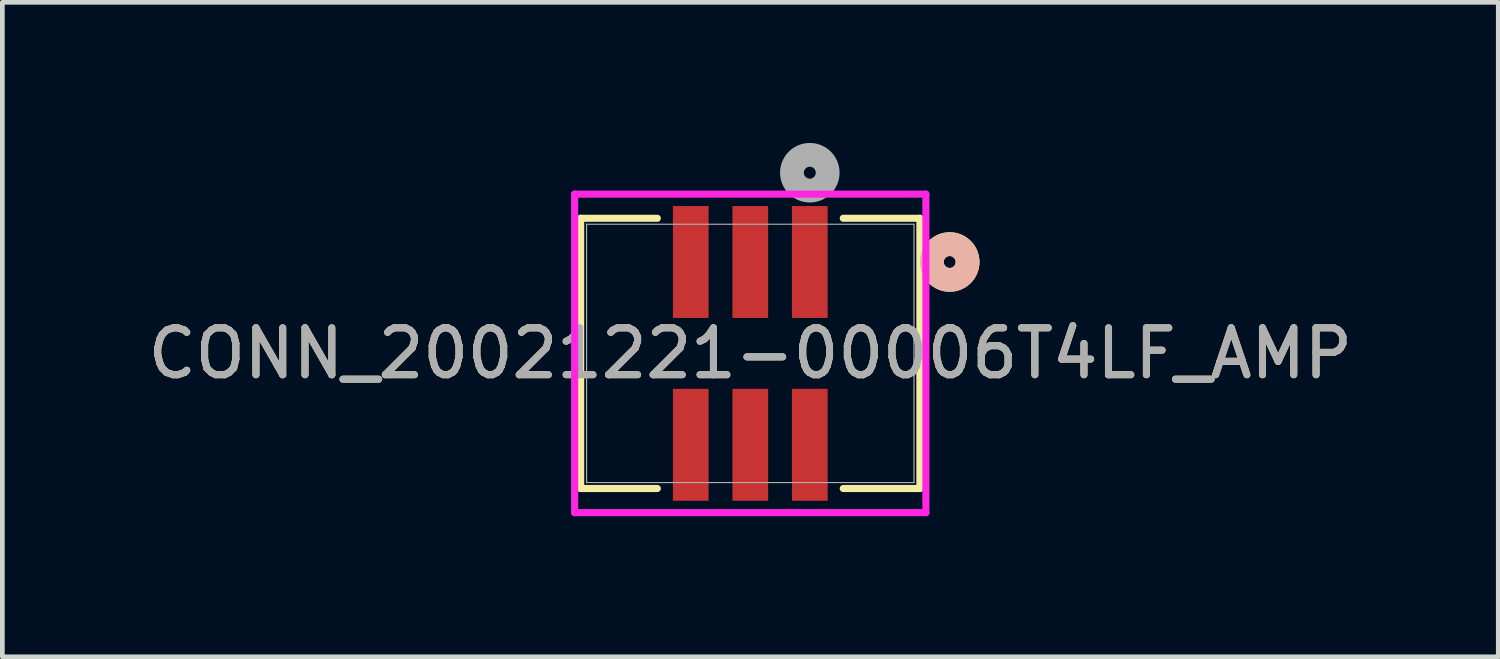
<source format=kicad_pcb>
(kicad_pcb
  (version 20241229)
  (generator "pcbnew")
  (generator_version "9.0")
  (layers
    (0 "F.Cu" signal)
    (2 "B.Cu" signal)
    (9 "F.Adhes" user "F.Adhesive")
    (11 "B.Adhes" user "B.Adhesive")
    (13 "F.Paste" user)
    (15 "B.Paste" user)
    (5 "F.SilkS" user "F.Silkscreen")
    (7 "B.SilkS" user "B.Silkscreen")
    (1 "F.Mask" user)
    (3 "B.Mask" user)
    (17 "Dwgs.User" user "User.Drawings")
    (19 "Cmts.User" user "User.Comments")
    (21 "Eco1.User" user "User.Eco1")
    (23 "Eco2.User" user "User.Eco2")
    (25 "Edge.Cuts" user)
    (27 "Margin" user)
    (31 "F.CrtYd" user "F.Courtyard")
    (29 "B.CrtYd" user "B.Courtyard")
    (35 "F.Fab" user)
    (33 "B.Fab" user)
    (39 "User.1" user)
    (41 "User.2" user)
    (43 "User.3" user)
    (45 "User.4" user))
  (footprint "CONN_20021221-00006T4LF_AMP"
    (layer "F.Cu")
    (at 12.958 4.49)
    (property "Reference" "CONN_20021221-00006T4LF_AMP" (at 0 0 0) (unlocked yes) (layer "F.SilkS") (effects (font (size 1 1) (thickness 0.15))))
    (attr smd)
    (fp_line (start -3.619 -2.883) (end -3.619 2.883) (stroke (width 0.152) (type solid)) (layer "F.SilkS"))
    (fp_line (start -3.619 2.883) (end -1.984 2.883) (stroke (width 0.152) (type solid)) (layer "F.SilkS"))
    (fp_line (start -1.984 -2.883) (end -3.619 -2.883) (stroke (width 0.152) (type solid)) (layer "F.SilkS"))
    (fp_line (start 1.984 2.883) (end 3.619 2.883) (stroke (width 0.152) (type solid)) (layer "F.SilkS"))
    (fp_line (start 3.619 -2.883) (end 1.984 -2.883) (stroke (width 0.152) (type solid)) (layer "F.SilkS"))
    (fp_line (start 3.619 2.883) (end 3.619 -2.883) (stroke (width 0.152) (type solid)) (layer "F.SilkS"))
    (fp_circle (center 4.255 -1.95) (end 4.636 -1.95) (stroke (width 0.508) (type solid)) (fill no) (layer "F.SilkS"))
    (fp_circle (center 4.255 -1.95) (end 4.636 -1.95) (stroke (width 0.508) (type solid)) (fill no) (layer "B.SilkS"))
    (fp_line (start -3.747 -3.398) (end -3.747 3.398) (stroke (width 0.152) (type solid)) (layer "F.CrtYd"))
    (fp_line (start -3.747 3.398) (end 3.747 3.398) (stroke (width 0.152) (type solid)) (layer "F.CrtYd"))
    (fp_line (start 3.747 -3.398) (end -3.747 -3.398) (stroke (width 0.152) (type solid)) (layer "F.CrtYd"))
    (fp_line (start 3.747 3.398) (end 3.747 -3.398) (stroke (width 0.152) (type solid)) (layer "F.CrtYd"))
    (fp_line (start -3.493 -2.756) (end -3.493 2.756) (stroke (width 0.025) (type solid)) (layer "F.Fab"))
    (fp_line (start -3.493 2.756) (end 3.493 2.756) (stroke (width 0.025) (type solid)) (layer "F.Fab"))
    (fp_line (start 3.493 -2.756) (end -3.493 -2.756) (stroke (width 0.025) (type solid)) (layer "F.Fab"))
    (fp_line (start 3.493 2.756) (end 3.493 -2.756) (stroke (width 0.025) (type solid)) (layer "F.Fab"))
    (fp_circle (center 1.27 -3.855) (end 1.651 -3.855) (stroke (width 0.508) (type solid)) (fill no) (layer "F.Fab"))
    (fp_text user "${REFERENCE}" (at 0 0 0) (unlocked yes) (layer "F.Fab") (effects (font (size 1 1) (thickness 0.15))))
    (pad "1" smd rect (at 1.27 -1.95) (size 0.762 2.388) (layers "F.Cu" "F.Mask" "F.Paste"))
    (pad "2" smd rect (at 1.27 1.95) (size 0.762 2.388) (layers "F.Cu" "F.Mask" "F.Paste"))
    (pad "3" smd rect (at 0 -1.95) (size 0.762 2.388) (layers "F.Cu" "F.Mask" "F.Paste"))
    (pad "4" smd rect (at 0 1.95) (size 0.762 2.388) (layers "F.Cu" "F.Mask" "F.Paste"))
    (pad "5" smd rect (at -1.27 -1.95) (size 0.762 2.388) (layers "F.Cu" "F.Mask" "F.Paste"))
    (pad "6" smd rect (at -1.27 1.95) (size 0.762 2.388) (layers "F.Cu" "F.Mask" "F.Paste")))
  (gr_rect
    (start -3 -3)
    (end 28.917 10.964)
    (stroke (width 0.1) (type default))
    (fill no)
    (layer "Edge.Cuts")))
</source>
